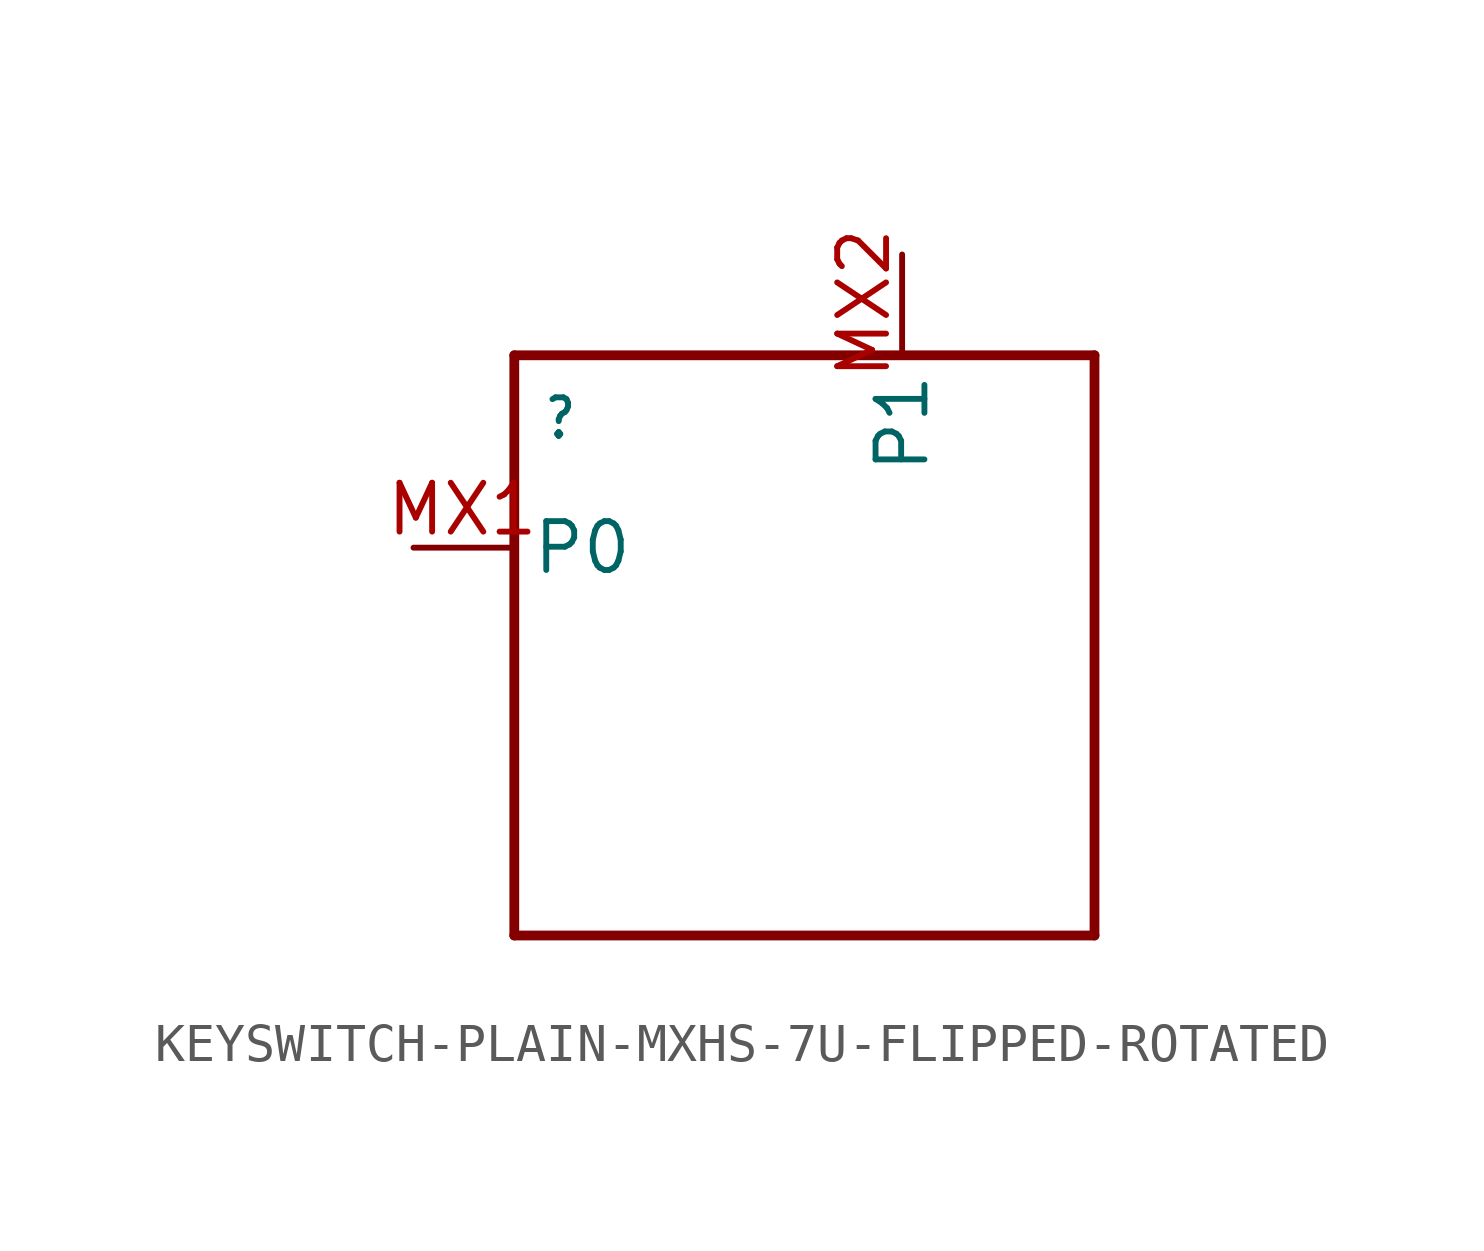
<source format=kicad_sym>
(kicad_symbol_lib
  (version 20211014)
  (generator kicad_symbol_editor)
  (symbol "KEYSWITCH-PLAIN-MXHS-7U-FLIPPED-ROTATED"
    (property "Reference" ""
      (at -6.81 5.318 0)
      (effects (font (size 1 0.85)) (justify left bottom)))
    (property "ki_locked" ""
      (at 0 0 0)
      (effects (font (size 1.27 1.27))))
    (symbol "KEYSWITCH-PLAIN-MXHS-7U-FLIPPED-ROTATED_1_0"
      (polyline (pts (xy -7.54 -7.54) (xy -7.54 7.54)) (stroke (width 0.254) (type default) (color 0 0 0 0)) (fill (type none)))
      (polyline (pts (xy -7.54 7.54) (xy 7.54 7.54)) (stroke (width 0.254) (type default) (color 0 0 0 0)) (fill (type none)))
      (polyline (pts (xy 7.54 -7.54) (xy -7.54 -7.54)) (stroke (width 0.254) (type default) (color 0 0 0 0)) (fill (type none)))
      (polyline (pts (xy 7.54 7.54) (xy 7.54 -7.54)) (stroke (width 0.254) (type default) (color 0 0 0 0)) (fill (type none)))
      (pin bidirectional line (at -10.16 2.54 0) (length 2.54) (name "P0" (effects (font (size 1.27 1.27)))) (number "MX1" (effects (font (size 1.27 1.27)))))
      (pin bidirectional line (at 2.54 10.16 270) (length 2.54) (name "P1" (effects (font (size 1.27 1.27)))) (number "MX2" (effects (font (size 1.27 1.27))))))))
</source>
